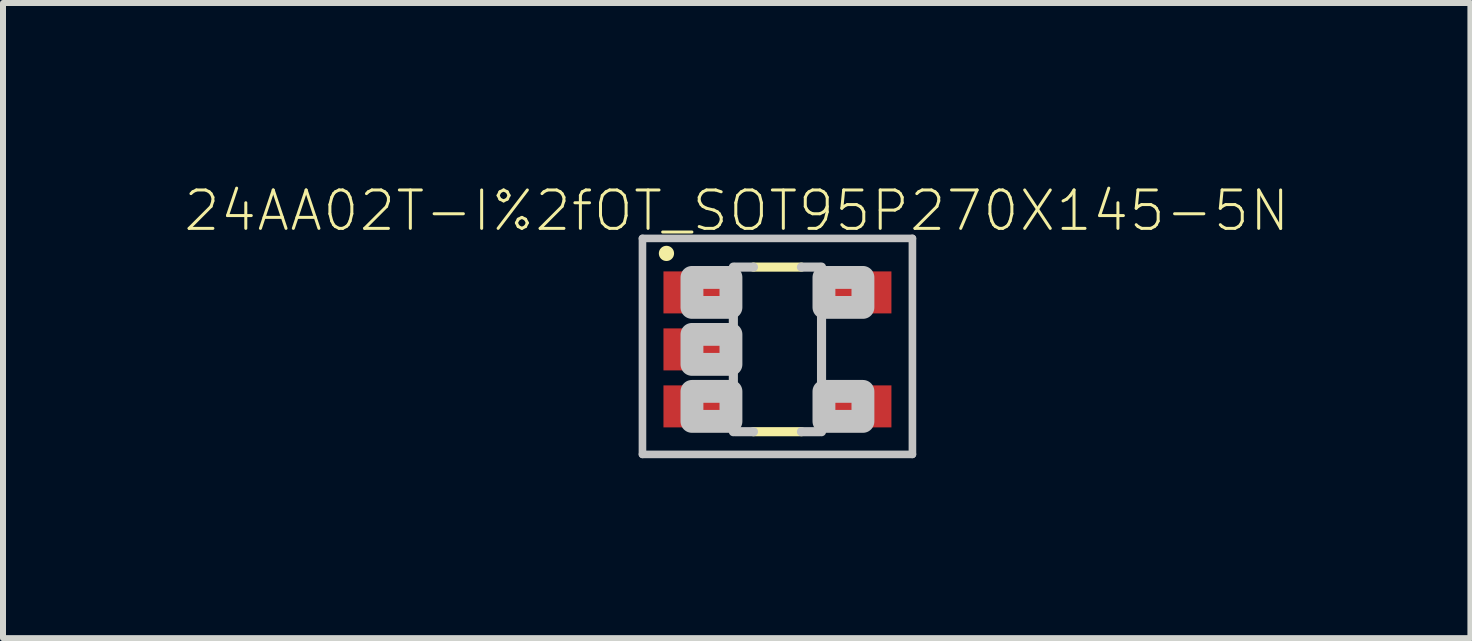
<source format=kicad_pcb>
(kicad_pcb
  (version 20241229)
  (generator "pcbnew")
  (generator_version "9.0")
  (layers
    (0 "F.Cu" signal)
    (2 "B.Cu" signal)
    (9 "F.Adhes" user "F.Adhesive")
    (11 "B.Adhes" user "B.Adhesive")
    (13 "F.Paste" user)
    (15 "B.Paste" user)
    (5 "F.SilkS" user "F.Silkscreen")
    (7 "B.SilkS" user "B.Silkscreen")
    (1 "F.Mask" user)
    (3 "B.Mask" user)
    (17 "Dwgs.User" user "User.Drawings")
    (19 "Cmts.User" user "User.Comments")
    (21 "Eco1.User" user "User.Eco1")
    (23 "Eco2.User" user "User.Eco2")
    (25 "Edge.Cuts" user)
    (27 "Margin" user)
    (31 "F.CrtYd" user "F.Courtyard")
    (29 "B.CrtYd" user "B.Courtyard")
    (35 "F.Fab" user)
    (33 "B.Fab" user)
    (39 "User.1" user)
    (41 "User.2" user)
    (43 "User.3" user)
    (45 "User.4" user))
  (footprint "24AA02T-I%2fOT_SOT95P270X145-5N"
    (layer "F.Cu")
    (at 9.909 2.774)
    (property "Reference" "24AA02T-I%2fOT_SOT95P270X145-5N" (at -0.679 -2.311 0) (layer "F.SilkS") (effects (font (size 0.64 0.64) (thickness 0.05))))
    (attr smd)
    (fp_line (start -0.4 -1.372) (end 0.4 -1.372) (stroke (width 0.152) (type solid)) (layer "F.SilkS"))
    (fp_line (start 0.4 1.372) (end -0.4 1.372) (stroke (width 0.152) (type solid)) (layer "F.SilkS"))
    (fp_circle (center -1.85 -1.6) (end -1.723 -1.6) (stroke (width 0) (type solid)) (fill yes) (layer "F.SilkS"))
    (fp_line (start -2.25 -1.85) (end -2.25 1.75) (stroke (width 0.127) (type solid)) (layer "Dwgs.User"))
    (fp_line (start -2.25 1.75) (end 2.25 1.75) (stroke (width 0.127) (type solid)) (layer "Dwgs.User"))
    (fp_line (start -0.735 1.372) (end -0.735 -1.372) (stroke (width 0.152) (type solid)) (layer "Dwgs.User"))
    (fp_line (start -0.4 -1.372) (end -0.7 -1.372) (stroke (width 0.152) (type solid)) (layer "Dwgs.User"))
    (fp_line (start -0.4 1.372) (end -0.7 1.372) (stroke (width 0.152) (type solid)) (layer "Dwgs.User"))
    (fp_line (start 0.4 -1.372) (end 0.7 -1.372) (stroke (width 0.152) (type solid)) (layer "Dwgs.User"))
    (fp_line (start 0.4 1.372) (end 0.7 1.372) (stroke (width 0.152) (type solid)) (layer "Dwgs.User"))
    (fp_line (start 0.735 -1.372) (end 0.735 1.372) (stroke (width 0.152) (type solid)) (layer "Dwgs.User"))
    (fp_line (start 2.25 -1.85) (end -2.25 -1.85) (stroke (width 0.127) (type solid)) (layer "Dwgs.User"))
    (fp_line (start 2.25 1.75) (end 2.25 -1.85) (stroke (width 0.127) (type solid)) (layer "Dwgs.User"))
    (fp_poly (pts (xy -0.775 -1.2) (xy -0.775 -0.7) (xy -1.425 -0.7) (xy -1.425 -1.2)) (stroke (width 0.381) (type solid)) (fill no) (layer "Dwgs.User"))
    (fp_poly (pts (xy -0.775 -0.25) (xy -0.775 0.25) (xy -1.425 0.25) (xy -1.425 -0.25)) (stroke (width 0.381) (type solid)) (fill no) (layer "Dwgs.User"))
    (fp_poly (pts (xy -0.775 0.7) (xy -0.775 1.2) (xy -1.425 1.2) (xy -1.425 0.7)) (stroke (width 0.381) (type solid)) (fill no) (layer "Dwgs.User"))
    (fp_poly (pts (xy 1.425 -1.2) (xy 1.425 -0.7) (xy 0.775 -0.7) (xy 0.775 -1.2)) (stroke (width 0.381) (type solid)) (fill no) (layer "Dwgs.User"))
    (fp_poly (pts (xy 1.425 0.7) (xy 1.425 1.2) (xy 0.775 1.2) (xy 0.775 0.7)) (stroke (width 0.381) (type solid)) (fill no) (layer "Dwgs.User"))
    (pad "1" smd rect (at -1.3 -0.95 270) (size 0.7 1.2) (layers "F.Cu" "F.Mask" "F.Paste"))
    (pad "2" smd rect (at -1.3 0 270) (size 0.7 1.2) (layers "F.Cu" "F.Mask" "F.Paste"))
    (pad "3" smd rect (at -1.3 0.95 270) (size 0.7 1.2) (layers "F.Cu" "F.Mask" "F.Paste"))
    (pad "4" smd rect (at 1.3 0.95 270) (size 0.7 1.2) (layers "F.Cu" "F.Mask" "F.Paste"))
    (pad "5" smd rect (at 1.3 -0.95 270) (size 0.7 1.2) (layers "F.Cu" "F.Mask" "F.Paste")))
  (gr_rect
    (start -3 -3)
    (end 21.46 7.587)
    (stroke (width 0.1) (type default))
    (fill no)
    (layer "Edge.Cuts")))
</source>
